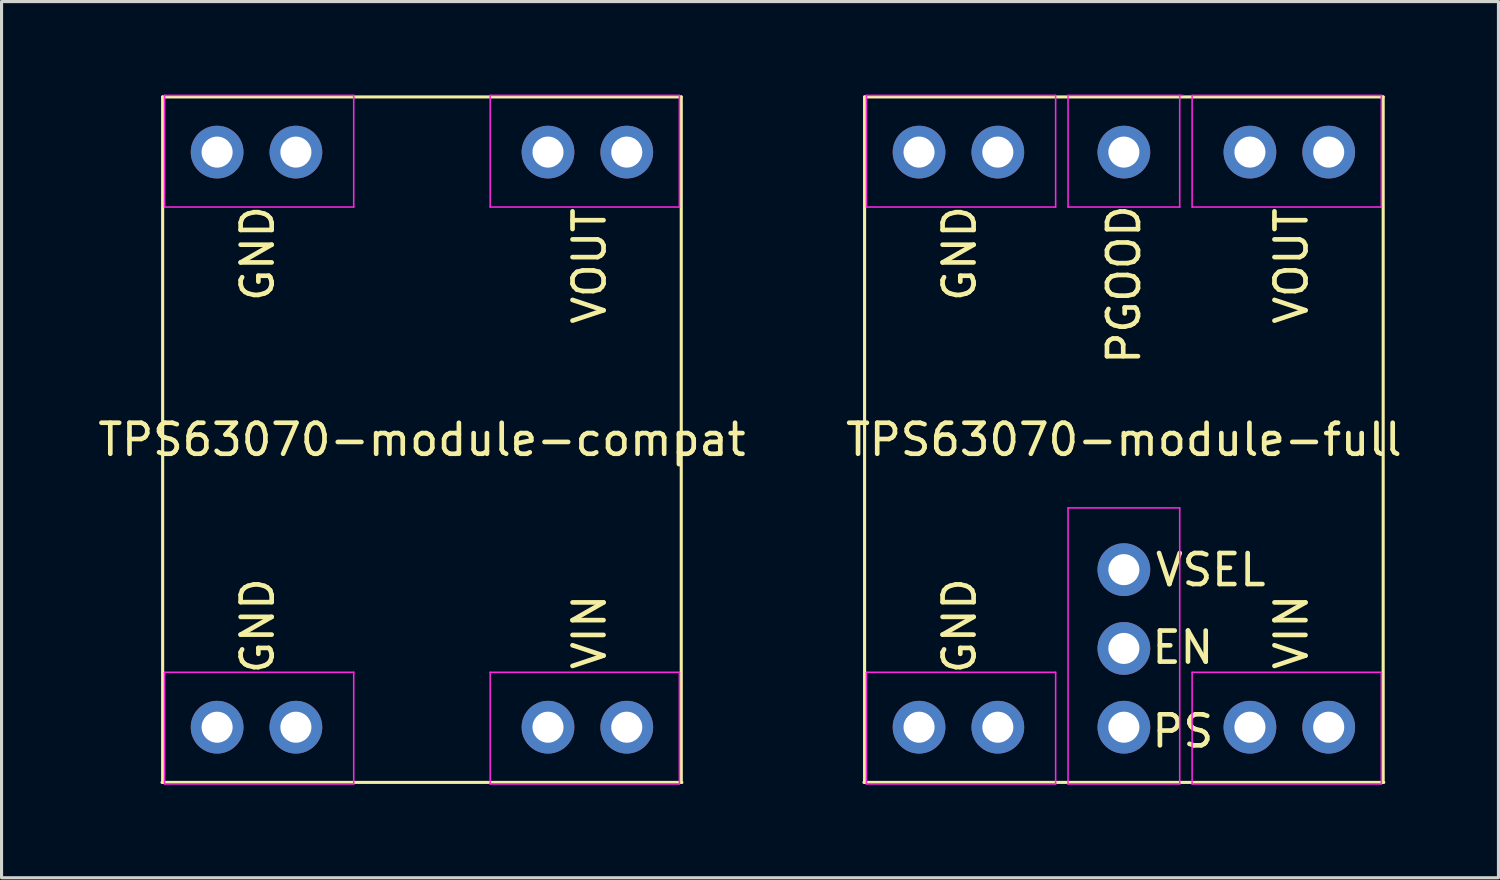
<source format=kicad_pcb>
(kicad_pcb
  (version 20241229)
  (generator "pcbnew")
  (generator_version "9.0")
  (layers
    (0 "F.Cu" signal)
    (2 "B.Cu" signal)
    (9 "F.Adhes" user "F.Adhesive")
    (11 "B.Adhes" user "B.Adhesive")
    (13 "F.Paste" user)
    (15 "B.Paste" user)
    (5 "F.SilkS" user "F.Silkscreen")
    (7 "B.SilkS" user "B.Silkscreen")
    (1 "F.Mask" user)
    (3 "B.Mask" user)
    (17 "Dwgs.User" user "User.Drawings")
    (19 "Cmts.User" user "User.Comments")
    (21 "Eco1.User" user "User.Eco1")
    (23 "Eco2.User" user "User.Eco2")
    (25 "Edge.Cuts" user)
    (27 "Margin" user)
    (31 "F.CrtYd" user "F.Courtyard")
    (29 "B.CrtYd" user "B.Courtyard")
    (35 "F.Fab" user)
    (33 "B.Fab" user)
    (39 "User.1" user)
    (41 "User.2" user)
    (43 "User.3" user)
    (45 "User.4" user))
  (footprint "TPS63070-module-compat"
    (layer "F.Cu")
    (at 10.554 11.125)
    (property "Reference" "TPS63070-module-compat" (at 0 0 0) (layer "F.SilkS") (effects (font (size 1 1) (thickness 0.15))))
    (attr through_hole)
    (fp_line (start -8.36 -11.05) (end 8.36 -11.05) (stroke (width 0.1) (type solid)) (layer "F.SilkS"))
    (fp_line (start -8.36 11.05) (end -8.36 -11.05) (stroke (width 0.1) (type solid)) (layer "F.SilkS"))
    (fp_line (start 8.36 -11.05) (end 8.36 11.05) (stroke (width 0.1) (type solid)) (layer "F.SilkS"))
    (fp_line (start 8.38 11.05) (end -8.38 11.05) (stroke (width 0.1) (type solid)) (layer "F.SilkS"))
    (fp_line (start -8.3 -11.1) (end -2.2 -11.1) (stroke (width 0.05) (type solid)) (layer "F.CrtYd"))
    (fp_line (start -8.3 -7.5) (end -8.3 -11.1) (stroke (width 0.05) (type solid)) (layer "F.CrtYd"))
    (fp_line (start -8.3 7.5) (end -2.2 7.5) (stroke (width 0.05) (type solid)) (layer "F.CrtYd"))
    (fp_line (start -8.3 11.1) (end -8.3 7.5) (stroke (width 0.05) (type solid)) (layer "F.CrtYd"))
    (fp_line (start -2.2 -11.1) (end -2.2 -7.5) (stroke (width 0.05) (type solid)) (layer "F.CrtYd"))
    (fp_line (start -2.2 -7.5) (end -8.3 -7.5) (stroke (width 0.05) (type solid)) (layer "F.CrtYd"))
    (fp_line (start -2.2 7.5) (end -2.2 11.1) (stroke (width 0.05) (type solid)) (layer "F.CrtYd"))
    (fp_line (start -2.2 11.1) (end -8.3 11.1) (stroke (width 0.05) (type solid)) (layer "F.CrtYd"))
    (fp_line (start 2.2 -11.1) (end 8.3 -11.1) (stroke (width 0.05) (type solid)) (layer "F.CrtYd"))
    (fp_line (start 2.2 -7.5) (end 2.2 -11.1) (stroke (width 0.05) (type solid)) (layer "F.CrtYd"))
    (fp_line (start 2.2 7.5) (end 8.3 7.5) (stroke (width 0.05) (type solid)) (layer "F.CrtYd"))
    (fp_line (start 2.2 11.1) (end 2.2 7.5) (stroke (width 0.05) (type solid)) (layer "F.CrtYd"))
    (fp_line (start 8.3 -11.1) (end 8.3 -7.5) (stroke (width 0.05) (type solid)) (layer "F.CrtYd"))
    (fp_line (start 8.3 -7.5) (end 2.2 -7.5) (stroke (width 0.05) (type solid)) (layer "F.CrtYd"))
    (fp_line (start 8.3 7.5) (end 8.3 11.1) (stroke (width 0.05) (type solid)) (layer "F.CrtYd"))
    (fp_line (start 8.3 11.1) (end 2.2 11.1) (stroke (width 0.05) (type solid)) (layer "F.CrtYd"))
    (fp_text user "VOUT" (at 5.4 -5.6 90) (layer "F.SilkS") (effects (font (size 1 1) (thickness 0.15))))
    (fp_text user "VIN" (at 5.4 6.2 90) (layer "F.SilkS") (effects (font (size 1 1) (thickness 0.15))))
    (fp_text user "GND" (at -5.3 6 90) (layer "F.SilkS") (effects (font (size 1 1) (thickness 0.15))))
    (fp_text user "GND" (at -5.3 -6 90) (layer "F.SilkS") (effects (font (size 1 1) (thickness 0.15))))
    (pad "1" thru_hole circle (at 4.064 9.271) (size 1.7 1.7) (drill 1) (layers "*.Cu" "*.Mask"))
    (pad "1" thru_hole circle (at 6.604 9.271) (size 1.7 1.7) (drill 1) (layers "*.Cu" "*.Mask"))
    (pad "2" thru_hole circle (at -6.604 9.271) (size 1.7 1.7) (drill 1) (layers "*.Cu" "*.Mask"))
    (pad "2" thru_hole circle (at -4.064 9.271) (size 1.7 1.7) (drill 1) (layers "*.Cu" "*.Mask"))
    (pad "3" thru_hole circle (at 4.064 -9.271) (size 1.7 1.7) (drill 1) (layers "*.Cu" "*.Mask"))
    (pad "3" thru_hole circle (at 6.604 -9.271) (size 1.7 1.7) (drill 1) (layers "*.Cu" "*.Mask"))
    (pad "4" thru_hole circle (at -6.604 -9.271) (size 1.7 1.7) (drill 1) (layers "*.Cu" "*.Mask"))
    (pad "4" thru_hole circle (at -4.064 -9.271) (size 1.7 1.7) (drill 1) (layers "*.Cu" "*.Mask")))
  (footprint "TPS63070-module-full"
    (layer "F.Cu")
    (at 33.185 11.125)
    (property "Reference" "TPS63070-module-full" (at 0 0 0) (layer "F.SilkS") (effects (font (size 1 1) (thickness 0.15))))
    (attr through_hole)
    (fp_line (start -8.36 -11.05) (end 8.36 -11.05) (stroke (width 0.1) (type solid)) (layer "F.SilkS"))
    (fp_line (start -8.36 11.05) (end -8.36 -11.05) (stroke (width 0.1) (type solid)) (layer "F.SilkS"))
    (fp_line (start 8.36 -11.05) (end 8.36 11.05) (stroke (width 0.1) (type solid)) (layer "F.SilkS"))
    (fp_line (start 8.38 11.05) (end -8.38 11.05) (stroke (width 0.1) (type solid)) (layer "F.SilkS"))
    (fp_line (start -8.3 -11.1) (end -2.2 -11.1) (stroke (width 0.05) (type solid)) (layer "F.CrtYd"))
    (fp_line (start -8.3 -7.5) (end -8.3 -11.1) (stroke (width 0.05) (type solid)) (layer "F.CrtYd"))
    (fp_line (start -8.3 7.5) (end -2.2 7.5) (stroke (width 0.05) (type solid)) (layer "F.CrtYd"))
    (fp_line (start -8.3 11.1) (end -8.3 7.5) (stroke (width 0.05) (type solid)) (layer "F.CrtYd"))
    (fp_line (start -2.2 -11.1) (end -2.2 -7.5) (stroke (width 0.05) (type solid)) (layer "F.CrtYd"))
    (fp_line (start -2.2 -7.5) (end -8.3 -7.5) (stroke (width 0.05) (type solid)) (layer "F.CrtYd"))
    (fp_line (start -2.2 7.5) (end -2.2 11.1) (stroke (width 0.05) (type solid)) (layer "F.CrtYd"))
    (fp_line (start -2.2 11.1) (end -8.3 11.1) (stroke (width 0.05) (type solid)) (layer "F.CrtYd"))
    (fp_line (start -1.8 -11.1) (end -1.8 -7.5) (stroke (width 0.05) (type solid)) (layer "F.CrtYd"))
    (fp_line (start -1.8 -7.5) (end 1.8 -7.5) (stroke (width 0.05) (type solid)) (layer "F.CrtYd"))
    (fp_line (start -1.8 2.2) (end -1.8 11.1) (stroke (width 0.05) (type solid)) (layer "F.CrtYd"))
    (fp_line (start -1.8 11.1) (end 1.8 11.1) (stroke (width 0.05) (type solid)) (layer "F.CrtYd"))
    (fp_line (start 1.8 -7.5) (end 1.8 -11.1) (stroke (width 0.05) (type solid)) (layer "F.CrtYd"))
    (fp_line (start 1.8 2.2) (end -1.8 2.2) (stroke (width 0.05) (type solid)) (layer "F.CrtYd"))
    (fp_line (start 1.8 11.1) (end 1.8 2.2) (stroke (width 0.05) (type solid)) (layer "F.CrtYd"))
    (fp_line (start 1.9 -11.1) (end -1.8 -11.1) (stroke (width 0.05) (type solid)) (layer "F.CrtYd"))
    (fp_line (start 2.2 -11.1) (end 8.3 -11.1) (stroke (width 0.05) (type solid)) (layer "F.CrtYd"))
    (fp_line (start 2.2 -7.5) (end 2.2 -11.1) (stroke (width 0.05) (type solid)) (layer "F.CrtYd"))
    (fp_line (start 2.2 7.5) (end 8.3 7.5) (stroke (width 0.05) (type solid)) (layer "F.CrtYd"))
    (fp_line (start 2.2 11.1) (end 2.2 7.5) (stroke (width 0.05) (type solid)) (layer "F.CrtYd"))
    (fp_line (start 8.3 -11.1) (end 8.3 -7.5) (stroke (width 0.05) (type solid)) (layer "F.CrtYd"))
    (fp_line (start 8.3 -7.5) (end 2.2 -7.5) (stroke (width 0.05) (type solid)) (layer "F.CrtYd"))
    (fp_line (start 8.3 7.5) (end 8.3 11.1) (stroke (width 0.05) (type solid)) (layer "F.CrtYd"))
    (fp_line (start 8.3 11.1) (end 2.2 11.1) (stroke (width 0.05) (type solid)) (layer "F.CrtYd"))
    (fp_text user "EN" (at 1.9 6.7 0) (layer "F.SilkS") (effects (font (size 1 1) (thickness 0.15))))
    (fp_text user "VOUT" (at 5.4 -5.6 90) (layer "F.SilkS") (effects (font (size 1 1) (thickness 0.15))))
    (fp_text user "PS" (at 1.9 9.4 0) (layer "F.SilkS") (effects (font (size 1 1) (thickness 0.15))))
    (fp_text user "PGOOD" (at 0 -5 270) (layer "F.SilkS") (effects (font (size 1 1) (thickness 0.15))))
    (fp_text user "VIN" (at 5.4 6.2 90) (layer "F.SilkS") (effects (font (size 1 1) (thickness 0.15))))
    (fp_text user "GND" (at -5.3 -6 90) (layer "F.SilkS") (effects (font (size 1 1) (thickness 0.15))))
    (fp_text user "VSEL" (at 2.8 4.2 0) (layer "F.SilkS") (effects (font (size 1 1) (thickness 0.15))))
    (fp_text user "GND" (at -5.3 6 90) (layer "F.SilkS") (effects (font (size 1 1) (thickness 0.15))))
    (pad "1" thru_hole circle (at 4.064 9.271) (size 1.7 1.7) (drill 1) (layers "*.Cu" "*.Mask"))
    (pad "1" thru_hole circle (at 6.604 9.271) (size 1.7 1.7) (drill 1) (layers "*.Cu" "*.Mask"))
    (pad "2" thru_hole circle (at -6.604 9.271) (size 1.7 1.7) (drill 1) (layers "*.Cu" "*.Mask"))
    (pad "2" thru_hole circle (at -4.064 9.271) (size 1.7 1.7) (drill 1) (layers "*.Cu" "*.Mask"))
    (pad "3" thru_hole circle (at 4.064 -9.271) (size 1.7 1.7) (drill 1) (layers "*.Cu" "*.Mask"))
    (pad "3" thru_hole circle (at 6.604 -9.271) (size 1.7 1.7) (drill 1) (layers "*.Cu" "*.Mask"))
    (pad "4" thru_hole circle (at -6.604 -9.271) (size 1.7 1.7) (drill 1) (layers "*.Cu" "*.Mask"))
    (pad "4" thru_hole circle (at -4.064 -9.271) (size 1.7 1.7) (drill 1) (layers "*.Cu" "*.Mask"))
    (pad "5" thru_hole circle (at 0 -9.271) (size 1.7 1.7) (drill 1) (layers "*.Cu" "*.Mask"))
    (pad "6" thru_hole circle (at 0 9.271) (size 1.7 1.7) (drill 1) (layers "*.Cu" "*.Mask"))
    (pad "7" thru_hole circle (at 0 6.731) (size 1.7 1.7) (drill 1) (layers "*.Cu" "*.Mask"))
    (pad "8" thru_hole circle (at 0 4.191) (size 1.7 1.7) (drill 1) (layers "*.Cu" "*.Mask")))
  (gr_rect
    (start -3 -3)
    (end 45.262 25.25)
    (stroke (width 0.1) (type default))
    (fill no)
    (layer "Edge.Cuts")))
</source>
